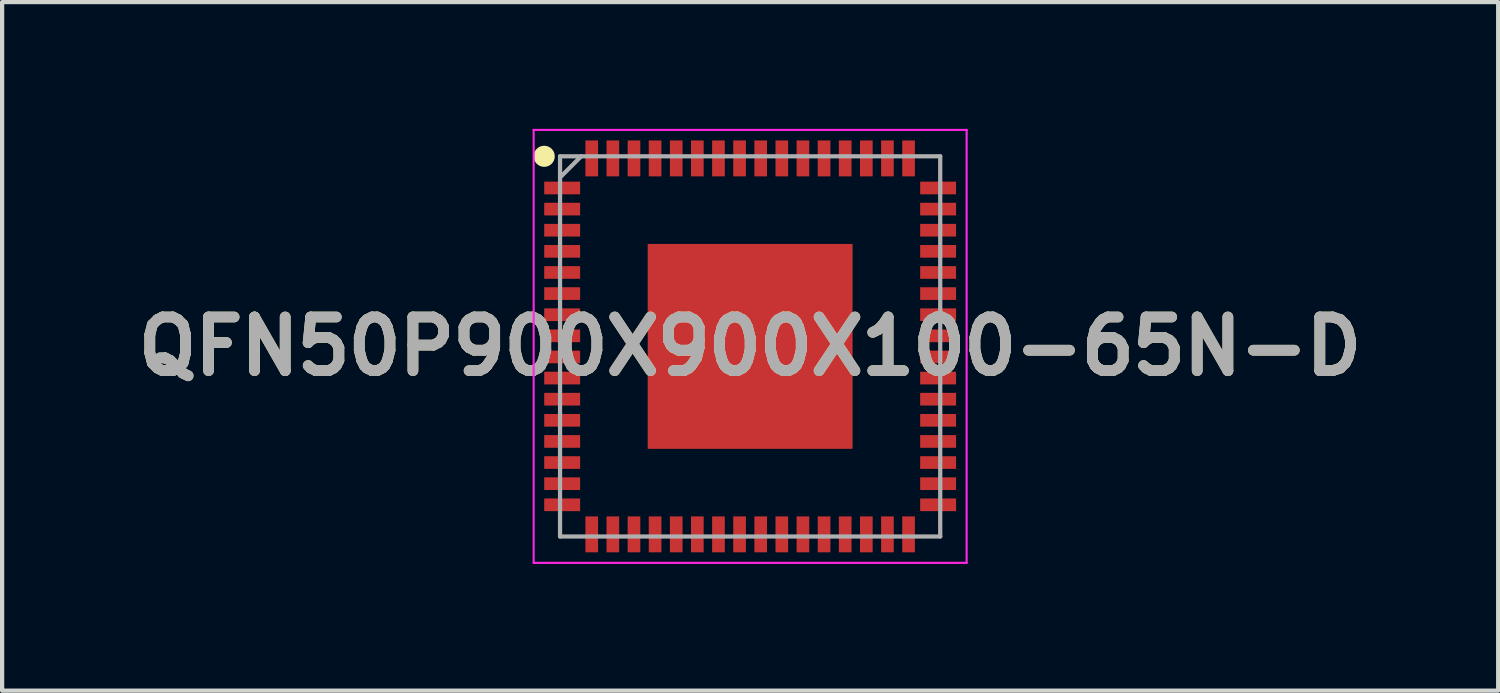
<source format=kicad_pcb>
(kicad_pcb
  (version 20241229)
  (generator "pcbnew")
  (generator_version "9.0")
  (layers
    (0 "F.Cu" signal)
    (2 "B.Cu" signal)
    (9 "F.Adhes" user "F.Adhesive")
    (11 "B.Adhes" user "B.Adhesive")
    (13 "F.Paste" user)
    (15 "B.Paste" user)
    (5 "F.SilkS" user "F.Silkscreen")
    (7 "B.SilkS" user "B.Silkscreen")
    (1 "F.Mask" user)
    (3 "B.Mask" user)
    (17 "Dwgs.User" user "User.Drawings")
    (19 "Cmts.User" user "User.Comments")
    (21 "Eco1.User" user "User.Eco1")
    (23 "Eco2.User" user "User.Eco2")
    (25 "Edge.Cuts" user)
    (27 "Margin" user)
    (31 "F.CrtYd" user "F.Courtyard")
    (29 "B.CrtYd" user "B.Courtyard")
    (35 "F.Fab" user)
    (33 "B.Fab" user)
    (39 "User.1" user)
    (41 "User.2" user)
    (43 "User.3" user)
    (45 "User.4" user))
  (footprint "QFN50P900X900X100-65N-D"
    (layer "F.Cu")
    (at 14.708 5.15)
    (property "Reference" "QFN50P900X900X100-65N-D" (at 0 0 0) (layer "F.SilkS") (effects (font (size 1.27 1.27) (thickness 0.254))))
    (attr smd)
    (fp_circle (center -4.875 -4.5) (end -4.875 -4.375) (stroke (width 0.25) (type solid)) (fill no) (layer "F.SilkS"))
    (fp_line (start -5.125 -5.125) (end 5.125 -5.125) (stroke (width 0.05) (type solid)) (layer "F.CrtYd"))
    (fp_line (start -5.125 5.125) (end -5.125 -5.125) (stroke (width 0.05) (type solid)) (layer "F.CrtYd"))
    (fp_line (start 5.125 -5.125) (end 5.125 5.125) (stroke (width 0.05) (type solid)) (layer "F.CrtYd"))
    (fp_line (start 5.125 5.125) (end -5.125 5.125) (stroke (width 0.05) (type solid)) (layer "F.CrtYd"))
    (fp_line (start -4.5 -4.5) (end 4.5 -4.5) (stroke (width 0.1) (type solid)) (layer "F.Fab"))
    (fp_line (start -4.5 -4) (end -4 -4.5) (stroke (width 0.1) (type solid)) (layer "F.Fab"))
    (fp_line (start -4.5 4.5) (end -4.5 -4.5) (stroke (width 0.1) (type solid)) (layer "F.Fab"))
    (fp_line (start 4.5 -4.5) (end 4.5 4.5) (stroke (width 0.1) (type solid)) (layer "F.Fab"))
    (fp_line (start 4.5 4.5) (end -4.5 4.5) (stroke (width 0.1) (type solid)) (layer "F.Fab"))
    (fp_text user "${REFERENCE}" (at 0 0 0) (layer "F.Fab") (effects (font (size 1.27 1.27) (thickness 0.254))))
    (pad "1" smd rect (at -4.45 -3.75 90) (size 0.3 0.85) (layers "F.Cu" "F.Mask" "F.Paste"))
    (pad "2" smd rect (at -4.45 -3.25 90) (size 0.3 0.85) (layers "F.Cu" "F.Mask" "F.Paste"))
    (pad "3" smd rect (at -4.45 -2.75 90) (size 0.3 0.85) (layers "F.Cu" "F.Mask" "F.Paste"))
    (pad "4" smd rect (at -4.45 -2.25 90) (size 0.3 0.85) (layers "F.Cu" "F.Mask" "F.Paste"))
    (pad "5" smd rect (at -4.45 -1.75 90) (size 0.3 0.85) (layers "F.Cu" "F.Mask" "F.Paste"))
    (pad "6" smd rect (at -4.45 -1.25 90) (size 0.3 0.85) (layers "F.Cu" "F.Mask" "F.Paste"))
    (pad "7" smd rect (at -4.45 -0.75 90) (size 0.3 0.85) (layers "F.Cu" "F.Mask" "F.Paste"))
    (pad "8" smd rect (at -4.45 -0.25 90) (size 0.3 0.85) (layers "F.Cu" "F.Mask" "F.Paste"))
    (pad "9" smd rect (at -4.45 0.25 90) (size 0.3 0.85) (layers "F.Cu" "F.Mask" "F.Paste"))
    (pad "10" smd rect (at -4.45 0.75 90) (size 0.3 0.85) (layers "F.Cu" "F.Mask" "F.Paste"))
    (pad "11" smd rect (at -4.45 1.25 90) (size 0.3 0.85) (layers "F.Cu" "F.Mask" "F.Paste"))
    (pad "12" smd rect (at -4.45 1.75 90) (size 0.3 0.85) (layers "F.Cu" "F.Mask" "F.Paste"))
    (pad "13" smd rect (at -4.45 2.25 90) (size 0.3 0.85) (layers "F.Cu" "F.Mask" "F.Paste"))
    (pad "14" smd rect (at -4.45 2.75 90) (size 0.3 0.85) (layers "F.Cu" "F.Mask" "F.Paste"))
    (pad "15" smd rect (at -4.45 3.25 90) (size 0.3 0.85) (layers "F.Cu" "F.Mask" "F.Paste"))
    (pad "16" smd rect (at -4.45 3.75 90) (size 0.3 0.85) (layers "F.Cu" "F.Mask" "F.Paste"))
    (pad "17" smd rect (at -3.75 4.45) (size 0.3 0.85) (layers "F.Cu" "F.Mask" "F.Paste"))
    (pad "18" smd rect (at -3.25 4.45) (size 0.3 0.85) (layers "F.Cu" "F.Mask" "F.Paste"))
    (pad "19" smd rect (at -2.75 4.45) (size 0.3 0.85) (layers "F.Cu" "F.Mask" "F.Paste"))
    (pad "20" smd rect (at -2.25 4.45) (size 0.3 0.85) (layers "F.Cu" "F.Mask" "F.Paste"))
    (pad "21" smd rect (at -1.75 4.45) (size 0.3 0.85) (layers "F.Cu" "F.Mask" "F.Paste"))
    (pad "22" smd rect (at -1.25 4.45) (size 0.3 0.85) (layers "F.Cu" "F.Mask" "F.Paste"))
    (pad "23" smd rect (at -0.75 4.45) (size 0.3 0.85) (layers "F.Cu" "F.Mask" "F.Paste"))
    (pad "24" smd rect (at -0.25 4.45) (size 0.3 0.85) (layers "F.Cu" "F.Mask" "F.Paste"))
    (pad "25" smd rect (at 0.25 4.45) (size 0.3 0.85) (layers "F.Cu" "F.Mask" "F.Paste"))
    (pad "26" smd rect (at 0.75 4.45) (size 0.3 0.85) (layers "F.Cu" "F.Mask" "F.Paste"))
    (pad "27" smd rect (at 1.25 4.45) (size 0.3 0.85) (layers "F.Cu" "F.Mask" "F.Paste"))
    (pad "28" smd rect (at 1.75 4.45) (size 0.3 0.85) (layers "F.Cu" "F.Mask" "F.Paste"))
    (pad "29" smd rect (at 2.25 4.45) (size 0.3 0.85) (layers "F.Cu" "F.Mask" "F.Paste"))
    (pad "30" smd rect (at 2.75 4.45) (size 0.3 0.85) (layers "F.Cu" "F.Mask" "F.Paste"))
    (pad "31" smd rect (at 3.25 4.45) (size 0.3 0.85) (layers "F.Cu" "F.Mask" "F.Paste"))
    (pad "32" smd rect (at 3.75 4.45) (size 0.3 0.85) (layers "F.Cu" "F.Mask" "F.Paste"))
    (pad "33" smd rect (at 4.45 3.75 90) (size 0.3 0.85) (layers "F.Cu" "F.Mask" "F.Paste"))
    (pad "34" smd rect (at 4.45 3.25 90) (size 0.3 0.85) (layers "F.Cu" "F.Mask" "F.Paste"))
    (pad "35" smd rect (at 4.45 2.75 90) (size 0.3 0.85) (layers "F.Cu" "F.Mask" "F.Paste"))
    (pad "36" smd rect (at 4.45 2.25 90) (size 0.3 0.85) (layers "F.Cu" "F.Mask" "F.Paste"))
    (pad "37" smd rect (at 4.45 1.75 90) (size 0.3 0.85) (layers "F.Cu" "F.Mask" "F.Paste"))
    (pad "38" smd rect (at 4.45 1.25 90) (size 0.3 0.85) (layers "F.Cu" "F.Mask" "F.Paste"))
    (pad "39" smd rect (at 4.45 0.75 90) (size 0.3 0.85) (layers "F.Cu" "F.Mask" "F.Paste"))
    (pad "40" smd rect (at 4.45 0.25 90) (size 0.3 0.85) (layers "F.Cu" "F.Mask" "F.Paste"))
    (pad "41" smd rect (at 4.45 -0.25 90) (size 0.3 0.85) (layers "F.Cu" "F.Mask" "F.Paste"))
    (pad "42" smd rect (at 4.45 -0.75 90) (size 0.3 0.85) (layers "F.Cu" "F.Mask" "F.Paste"))
    (pad "43" smd rect (at 4.45 -1.25 90) (size 0.3 0.85) (layers "F.Cu" "F.Mask" "F.Paste"))
    (pad "44" smd rect (at 4.45 -1.75 90) (size 0.3 0.85) (layers "F.Cu" "F.Mask" "F.Paste"))
    (pad "45" smd rect (at 4.45 -2.25 90) (size 0.3 0.85) (layers "F.Cu" "F.Mask" "F.Paste"))
    (pad "46" smd rect (at 4.45 -2.75 90) (size 0.3 0.85) (layers "F.Cu" "F.Mask" "F.Paste"))
    (pad "47" smd rect (at 4.45 -3.25 90) (size 0.3 0.85) (layers "F.Cu" "F.Mask" "F.Paste"))
    (pad "48" smd rect (at 4.45 -3.75 90) (size 0.3 0.85) (layers "F.Cu" "F.Mask" "F.Paste"))
    (pad "49" smd rect (at 3.75 -4.45) (size 0.3 0.85) (layers "F.Cu" "F.Mask" "F.Paste"))
    (pad "50" smd rect (at 3.25 -4.45) (size 0.3 0.85) (layers "F.Cu" "F.Mask" "F.Paste"))
    (pad "51" smd rect (at 2.75 -4.45) (size 0.3 0.85) (layers "F.Cu" "F.Mask" "F.Paste"))
    (pad "52" smd rect (at 2.25 -4.45) (size 0.3 0.85) (layers "F.Cu" "F.Mask" "F.Paste"))
    (pad "53" smd rect (at 1.75 -4.45) (size 0.3 0.85) (layers "F.Cu" "F.Mask" "F.Paste"))
    (pad "54" smd rect (at 1.25 -4.45) (size 0.3 0.85) (layers "F.Cu" "F.Mask" "F.Paste"))
    (pad "55" smd rect (at 0.75 -4.45) (size 0.3 0.85) (layers "F.Cu" "F.Mask" "F.Paste"))
    (pad "56" smd rect (at 0.25 -4.45) (size 0.3 0.85) (layers "F.Cu" "F.Mask" "F.Paste"))
    (pad "57" smd rect (at -0.25 -4.45) (size 0.3 0.85) (layers "F.Cu" "F.Mask" "F.Paste"))
    (pad "58" smd rect (at -0.75 -4.45) (size 0.3 0.85) (layers "F.Cu" "F.Mask" "F.Paste"))
    (pad "59" smd rect (at -1.25 -4.45) (size 0.3 0.85) (layers "F.Cu" "F.Mask" "F.Paste"))
    (pad "60" smd rect (at -1.75 -4.45) (size 0.3 0.85) (layers "F.Cu" "F.Mask" "F.Paste"))
    (pad "61" smd rect (at -2.25 -4.45) (size 0.3 0.85) (layers "F.Cu" "F.Mask" "F.Paste"))
    (pad "62" smd rect (at -2.75 -4.45) (size 0.3 0.85) (layers "F.Cu" "F.Mask" "F.Paste"))
    (pad "63" smd rect (at -3.25 -4.45) (size 0.3 0.85) (layers "F.Cu" "F.Mask" "F.Paste"))
    (pad "64" smd rect (at -3.75 -4.45) (size 0.3 0.85) (layers "F.Cu" "F.Mask" "F.Paste"))
    (pad "65" smd rect (at 0 0) (size 4.85 4.85) (layers "F.Cu" "F.Mask" "F.Paste")))
  (gr_rect
    (start -3 -3)
    (end 32.416 13.3)
    (stroke (width 0.1) (type default))
    (fill no)
    (layer "Edge.Cuts")))
</source>
